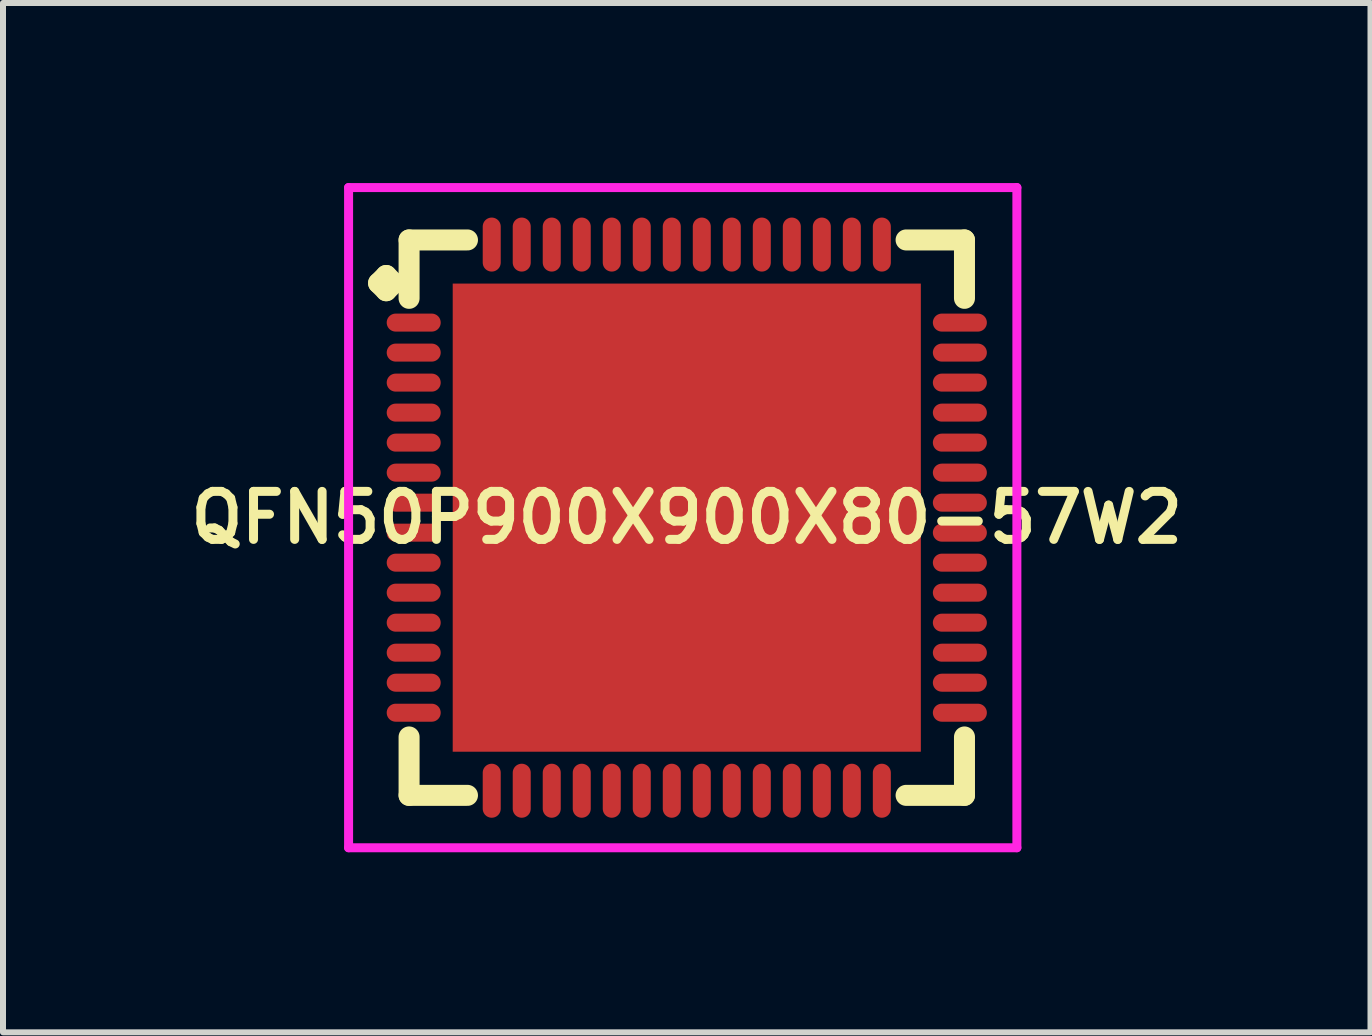
<source format=kicad_pcb>
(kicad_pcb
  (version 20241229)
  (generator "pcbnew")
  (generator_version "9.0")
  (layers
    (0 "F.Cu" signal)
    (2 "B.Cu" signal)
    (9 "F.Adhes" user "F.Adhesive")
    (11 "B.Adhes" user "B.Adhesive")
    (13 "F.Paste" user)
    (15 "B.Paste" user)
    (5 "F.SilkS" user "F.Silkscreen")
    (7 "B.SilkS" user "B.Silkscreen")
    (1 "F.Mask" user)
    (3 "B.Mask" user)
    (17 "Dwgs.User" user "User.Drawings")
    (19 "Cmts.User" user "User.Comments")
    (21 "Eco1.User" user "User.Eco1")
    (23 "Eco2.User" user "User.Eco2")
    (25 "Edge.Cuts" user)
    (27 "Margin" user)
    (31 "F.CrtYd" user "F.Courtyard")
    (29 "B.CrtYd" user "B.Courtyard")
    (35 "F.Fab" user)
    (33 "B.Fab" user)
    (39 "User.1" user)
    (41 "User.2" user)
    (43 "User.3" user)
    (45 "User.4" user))
  (footprint "QFN50P900X900X80-57W2"
    (layer "F.Cu")
    (at 8.393 5.575)
    (property "Reference" "QFN50P900X900X80-57W2" (at 0 0 0) (layer "F.SilkS") (effects (font (size 0.8 0.8) (thickness 0.15))))
    (attr smd)
    (fp_line (start -5.135 -3.908) (end -5.008 -4.035) (stroke (width 0.35) (type solid)) (layer "F.SilkS"))
    (fp_line (start -5.008 -4.035) (end -4.881 -3.908) (stroke (width 0.35) (type solid)) (layer "F.SilkS"))
    (fp_line (start -5.008 -3.781) (end -5.135 -3.908) (stroke (width 0.35) (type solid)) (layer "F.SilkS"))
    (fp_line (start -4.881 -3.908) (end -5.008 -3.781) (stroke (width 0.35) (type solid)) (layer "F.SilkS"))
    (fp_line (start -4.627 -4.627) (end -3.654 -4.627) (stroke (width 0.35) (type solid)) (layer "F.SilkS"))
    (fp_line (start -4.627 -3.654) (end -4.627 -4.627) (stroke (width 0.35) (type solid)) (layer "F.SilkS"))
    (fp_line (start -4.627 3.654) (end -4.627 4.627) (stroke (width 0.35) (type solid)) (layer "F.SilkS"))
    (fp_line (start -4.627 4.627) (end -3.654 4.627) (stroke (width 0.35) (type solid)) (layer "F.SilkS"))
    (fp_line (start 3.654 -4.627) (end 4.627 -4.627) (stroke (width 0.35) (type solid)) (layer "F.SilkS"))
    (fp_line (start 3.654 4.627) (end 4.627 4.627) (stroke (width 0.35) (type solid)) (layer "F.SilkS"))
    (fp_line (start 4.627 -4.627) (end 4.627 -3.654) (stroke (width 0.35) (type solid)) (layer "F.SilkS"))
    (fp_line (start 4.627 4.627) (end 4.627 3.654) (stroke (width 0.35) (type solid)) (layer "F.SilkS"))
    (fp_line (start -5.635 -5.5) (end 5.5 -5.5) (stroke (width 0.15) (type solid)) (layer "F.CrtYd"))
    (fp_line (start -5.635 5.5) (end -5.635 -5.5) (stroke (width 0.15) (type solid)) (layer "F.CrtYd"))
    (fp_line (start 5.5 -5.5) (end 5.5 5.5) (stroke (width 0.15) (type solid)) (layer "F.CrtYd"))
    (fp_line (start 5.5 5.5) (end -5.635 5.5) (stroke (width 0.15) (type solid)) (layer "F.CrtYd"))
    (pad "1" smd oval (at -4.55 -3.25) (size 0.9 0.3) (layers "F.Cu" "F.Mask" "F.Paste"))
    (pad "2" smd oval (at -4.55 -2.75) (size 0.9 0.3) (layers "F.Cu" "F.Mask" "F.Paste"))
    (pad "3" smd oval (at -4.55 -2.25) (size 0.9 0.3) (layers "F.Cu" "F.Mask" "F.Paste"))
    (pad "4" smd oval (at -4.55 -1.75) (size 0.9 0.3) (layers "F.Cu" "F.Mask" "F.Paste"))
    (pad "5" smd oval (at -4.55 -1.25) (size 0.9 0.3) (layers "F.Cu" "F.Mask" "F.Paste"))
    (pad "6" smd oval (at -4.55 -0.75) (size 0.9 0.3) (layers "F.Cu" "F.Mask" "F.Paste"))
    (pad "7" smd oval (at -4.55 -0.25) (size 0.9 0.3) (layers "F.Cu" "F.Mask" "F.Paste"))
    (pad "8" smd oval (at -4.55 0.25) (size 0.9 0.3) (layers "F.Cu" "F.Mask" "F.Paste"))
    (pad "9" smd oval (at -4.55 0.75) (size 0.9 0.3) (layers "F.Cu" "F.Mask" "F.Paste"))
    (pad "10" smd oval (at -4.55 1.25) (size 0.9 0.3) (layers "F.Cu" "F.Mask" "F.Paste"))
    (pad "11" smd oval (at -4.55 1.75) (size 0.9 0.3) (layers "F.Cu" "F.Mask" "F.Paste"))
    (pad "12" smd oval (at -4.55 2.25) (size 0.9 0.3) (layers "F.Cu" "F.Mask" "F.Paste"))
    (pad "13" smd oval (at -4.55 2.75) (size 0.9 0.3) (layers "F.Cu" "F.Mask" "F.Paste"))
    (pad "14" smd oval (at -4.55 3.25) (size 0.9 0.3) (layers "F.Cu" "F.Mask" "F.Paste"))
    (pad "15" smd oval (at -3.25 4.55) (size 0.3 0.9) (layers "F.Cu" "F.Mask" "F.Paste"))
    (pad "16" smd oval (at -2.75 4.55) (size 0.3 0.9) (layers "F.Cu" "F.Mask" "F.Paste"))
    (pad "17" smd oval (at -2.25 4.55) (size 0.3 0.9) (layers "F.Cu" "F.Mask" "F.Paste"))
    (pad "18" smd oval (at -1.75 4.55) (size 0.3 0.9) (layers "F.Cu" "F.Mask" "F.Paste"))
    (pad "19" smd oval (at -1.25 4.55) (size 0.3 0.9) (layers "F.Cu" "F.Mask" "F.Paste"))
    (pad "20" smd oval (at -0.75 4.55) (size 0.3 0.9) (layers "F.Cu" "F.Mask" "F.Paste"))
    (pad "21" smd oval (at -0.25 4.55) (size 0.3 0.9) (layers "F.Cu" "F.Mask" "F.Paste"))
    (pad "22" smd oval (at 0.25 4.55) (size 0.3 0.9) (layers "F.Cu" "F.Mask" "F.Paste"))
    (pad "23" smd oval (at 0.75 4.55) (size 0.3 0.9) (layers "F.Cu" "F.Mask" "F.Paste"))
    (pad "24" smd oval (at 1.25 4.55) (size 0.3 0.9) (layers "F.Cu" "F.Mask" "F.Paste"))
    (pad "25" smd oval (at 1.75 4.55) (size 0.3 0.9) (layers "F.Cu" "F.Mask" "F.Paste"))
    (pad "26" smd oval (at 2.25 4.55) (size 0.3 0.9) (layers "F.Cu" "F.Mask" "F.Paste"))
    (pad "27" smd oval (at 2.75 4.55) (size 0.3 0.9) (layers "F.Cu" "F.Mask" "F.Paste"))
    (pad "28" smd oval (at 3.25 4.55) (size 0.3 0.9) (layers "F.Cu" "F.Mask" "F.Paste"))
    (pad "29" smd oval (at 4.55 3.25) (size 0.9 0.3) (layers "F.Cu" "F.Mask" "F.Paste"))
    (pad "30" smd oval (at 4.55 2.75) (size 0.9 0.3) (layers "F.Cu" "F.Mask" "F.Paste"))
    (pad "31" smd oval (at 4.55 2.25) (size 0.9 0.3) (layers "F.Cu" "F.Mask" "F.Paste"))
    (pad "32" smd oval (at 4.55 1.75) (size 0.9 0.3) (layers "F.Cu" "F.Mask" "F.Paste"))
    (pad "33" smd oval (at 4.55 1.25) (size 0.9 0.3) (layers "F.Cu" "F.Mask" "F.Paste"))
    (pad "34" smd oval (at 4.55 0.75) (size 0.9 0.3) (layers "F.Cu" "F.Mask" "F.Paste"))
    (pad "35" smd oval (at 4.55 0.25) (size 0.9 0.3) (layers "F.Cu" "F.Mask" "F.Paste"))
    (pad "36" smd oval (at 4.55 -0.25) (size 0.9 0.3) (layers "F.Cu" "F.Mask" "F.Paste"))
    (pad "37" smd oval (at 4.55 -0.75) (size 0.9 0.3) (layers "F.Cu" "F.Mask" "F.Paste"))
    (pad "38" smd oval (at 4.55 -1.25) (size 0.9 0.3) (layers "F.Cu" "F.Mask" "F.Paste"))
    (pad "39" smd oval (at 4.55 -1.75) (size 0.9 0.3) (layers "F.Cu" "F.Mask" "F.Paste"))
    (pad "40" smd oval (at 4.55 -2.25) (size 0.9 0.3) (layers "F.Cu" "F.Mask" "F.Paste"))
    (pad "41" smd oval (at 4.55 -2.75) (size 0.9 0.3) (layers "F.Cu" "F.Mask" "F.Paste"))
    (pad "42" smd oval (at 4.55 -3.25) (size 0.9 0.3) (layers "F.Cu" "F.Mask" "F.Paste"))
    (pad "43" smd oval (at 3.25 -4.55) (size 0.3 0.9) (layers "F.Cu" "F.Mask" "F.Paste"))
    (pad "44" smd oval (at 2.75 -4.55) (size 0.3 0.9) (layers "F.Cu" "F.Mask" "F.Paste"))
    (pad "45" smd oval (at 2.25 -4.55) (size 0.3 0.9) (layers "F.Cu" "F.Mask" "F.Paste"))
    (pad "46" smd oval (at 1.75 -4.55) (size 0.3 0.9) (layers "F.Cu" "F.Mask" "F.Paste"))
    (pad "47" smd oval (at 1.25 -4.55) (size 0.3 0.9) (layers "F.Cu" "F.Mask" "F.Paste"))
    (pad "48" smd oval (at 0.75 -4.55) (size 0.3 0.9) (layers "F.Cu" "F.Mask" "F.Paste"))
    (pad "49" smd oval (at 0.25 -4.55) (size 0.3 0.9) (layers "F.Cu" "F.Mask" "F.Paste"))
    (pad "50" smd oval (at -0.25 -4.55) (size 0.3 0.9) (layers "F.Cu" "F.Mask" "F.Paste"))
    (pad "51" smd oval (at -0.75 -4.55) (size 0.3 0.9) (layers "F.Cu" "F.Mask" "F.Paste"))
    (pad "52" smd oval (at -1.25 -4.55) (size 0.3 0.9) (layers "F.Cu" "F.Mask" "F.Paste"))
    (pad "53" smd oval (at -1.75 -4.55) (size 0.3 0.9) (layers "F.Cu" "F.Mask" "F.Paste"))
    (pad "54" smd oval (at -2.25 -4.55) (size 0.3 0.9) (layers "F.Cu" "F.Mask" "F.Paste"))
    (pad "55" smd oval (at -2.75 -4.55) (size 0.3 0.9) (layers "F.Cu" "F.Mask" "F.Paste"))
    (pad "56" smd oval (at -3.25 -4.55) (size 0.3 0.9) (layers "F.Cu" "F.Mask" "F.Paste"))
    (pad "57" smd rect (at 0 0) (size 7.8 7.8) (layers "F.Cu" "F.Mask" "F.Paste")))
  (gr_rect
    (start -3 -3)
    (end 19.785 14.15)
    (stroke (width 0.1) (type default))
    (fill no)
    (layer "Edge.Cuts")))
</source>
